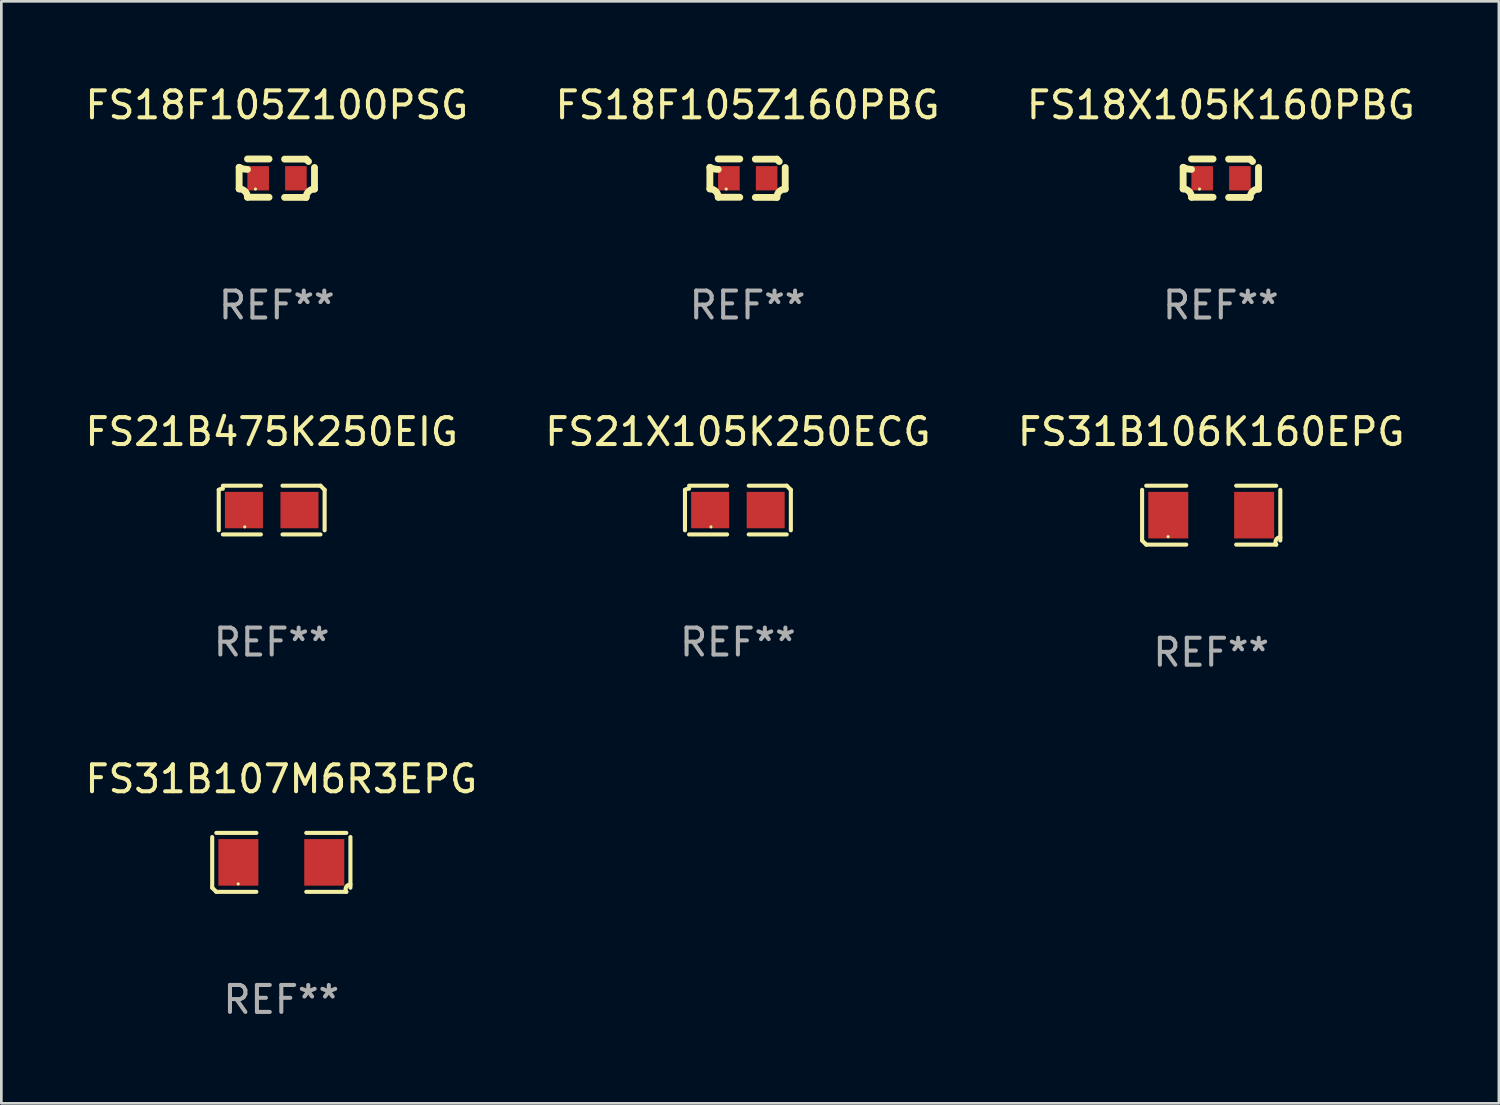
<source format=kicad_pcb>
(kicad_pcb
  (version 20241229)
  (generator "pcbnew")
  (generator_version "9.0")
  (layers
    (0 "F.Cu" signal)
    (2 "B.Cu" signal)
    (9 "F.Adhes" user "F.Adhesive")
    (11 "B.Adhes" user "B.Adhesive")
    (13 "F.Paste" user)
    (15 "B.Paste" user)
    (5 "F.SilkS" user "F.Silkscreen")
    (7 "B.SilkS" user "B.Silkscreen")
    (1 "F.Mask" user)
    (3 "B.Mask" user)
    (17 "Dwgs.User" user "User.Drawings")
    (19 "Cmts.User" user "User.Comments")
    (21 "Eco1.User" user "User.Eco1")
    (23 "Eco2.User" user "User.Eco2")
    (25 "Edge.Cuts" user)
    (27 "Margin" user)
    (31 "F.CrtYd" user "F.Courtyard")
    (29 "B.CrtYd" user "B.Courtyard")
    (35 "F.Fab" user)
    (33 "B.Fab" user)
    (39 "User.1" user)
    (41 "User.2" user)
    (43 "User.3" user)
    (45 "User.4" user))
  (footprint "FS31B107M6R3EPG"
    (layer "F.Cu")
    (at 7.387 28.945)
    (property "Reference" "FS31B107M6R3EPG" (at 0 -3.093 0) (layer "F.SilkS") (effects (font (size 1 1) (thickness 0.15))))
    (attr through_hole)
    (fp_line (start -2.564 0.94) (end -2.564 -0.94) (stroke (width 0.152) (type solid)) (layer "F.SilkS"))
    (fp_line (start -2.411 -1.093) (end -0.926 -1.093) (stroke (width 0.152) (type solid)) (layer "F.SilkS"))
    (fp_line (start -0.926 1.093) (end -2.411 1.093) (stroke (width 0.152) (type solid)) (layer "F.SilkS"))
    (fp_line (start 0.926 1.093) (end 2.411 1.093) (stroke (width 0.152) (type solid)) (layer "F.SilkS"))
    (fp_line (start 2.411 -1.093) (end 0.926 -1.093) (stroke (width 0.152) (type solid)) (layer "F.SilkS"))
    (fp_line (start 2.564 0.94) (end 2.564 -0.94) (stroke (width 0.152) (type solid)) (layer "F.SilkS"))
    (fp_arc (start -2.411201 1.092609) (mid -2.487413 1.01642) (end -2.563602 0.940208) (stroke (width 0.1524) (type solid)) (layer "F.SilkS"))
    (fp_arc (start 2.411201 1.092609) (mid 2.407159 0.911226) (end 2.563602 0.819347) (stroke (width 0.1524) (type solid)) (layer "F.SilkS"))
    (fp_circle (center -1.6 0.8) (end -1.57 0.8) (stroke (width 0.06) (type solid)) (fill no) (layer "F.SilkS"))
    (fp_text user "REF**" (at 0 5.093 0) (layer "F.Fab") (effects (font (size 1 1) (thickness 0.15))))
    (pad "1" smd rect (at -1.593 0) (size 1.485 1.728) (layers "F.Cu" "F.Mask" "F.Paste"))
    (pad "2" smd rect (at 1.593 0) (size 1.485 1.728) (layers "F.Cu" "F.Mask" "F.Paste")))
  (footprint "FS18F105Z100PSG"
    (layer "F.Cu")
    (at 7.22 3.561)
    (property "Reference" "FS18F105Z100PSG" (at 0 -2.713 0) (layer "F.SilkS") (effects (font (size 1 1) (thickness 0.15))))
    (attr through_hole)
    (fp_line (start -1.398 -0.403) (end -1.398 0.397) (stroke (width 0.254) (type solid)) (layer "F.SilkS"))
    (fp_line (start -0.288 -0.713) (end -1.088 -0.713) (stroke (width 0.254) (type solid)) (layer "F.SilkS"))
    (fp_line (start -0.288 0.707) (end -1.088 0.707) (stroke (width 0.254) (type solid)) (layer "F.SilkS"))
    (fp_line (start 0.288 -0.707) (end 1.088 -0.707) (stroke (width 0.254) (type solid)) (layer "F.SilkS"))
    (fp_line (start 0.288 0.713) (end 1.088 0.713) (stroke (width 0.254) (type solid)) (layer "F.SilkS"))
    (fp_line (start 1.398 -0.397) (end 1.398 0.403) (stroke (width 0.254) (type solid)) (layer "F.SilkS"))
    (fp_arc (start -1.397789 0.397066) (mid -1.178701 0.487826) (end -1.08796 0.706922) (stroke (width 0.254001) (type solid)) (layer "F.SilkS"))
    (fp_arc (start -1.08796 -0.327176) (mid -1.247436 -0.346384) (end -1.39779 -0.402908) (stroke (width 0.254001) (type solid)) (layer "F.SilkS"))
    (fp_arc (start 1.087909 0.712738) (mid 1.178656 0.493655) (end 1.397739 0.402908) (stroke (width 0.254001) (type solid)) (layer "F.SilkS"))
    (fp_arc (start 1.175925 -0.618926) (mid 1.131917 -0.662923) (end 1.08791 -0.706922) (stroke (width 0.254001) (type solid)) (layer "F.SilkS"))
    (fp_circle (center -0.792 0.403) (end -0.762 0.403) (stroke (width 0.06) (type solid)) (fill no) (layer "F.SilkS"))
    (fp_text user "REF**" (at 0 4.713 0) (layer "F.Fab") (effects (font (size 1 1) (thickness 0.15))))
    (pad "1" smd rect (at -0.692 0.003) (size 0.8 0.9) (layers "F.Cu" "F.Mask" "F.Paste"))
    (pad "2" smd rect (at 0.708 0.003) (size 0.8 0.9) (layers "F.Cu" "F.Mask" "F.Paste")))
  (footprint "FS18X105K160PBG"
    (layer "F.Cu")
    (at 42.244 3.561)
    (property "Reference" "FS18X105K160PBG" (at 0 -2.713 0) (layer "F.SilkS") (effects (font (size 1 1) (thickness 0.15))))
    (attr through_hole)
    (fp_line (start -1.398 -0.403) (end -1.398 0.397) (stroke (width 0.254) (type solid)) (layer "F.SilkS"))
    (fp_line (start -0.288 -0.713) (end -1.088 -0.713) (stroke (width 0.254) (type solid)) (layer "F.SilkS"))
    (fp_line (start -0.288 0.707) (end -1.088 0.707) (stroke (width 0.254) (type solid)) (layer "F.SilkS"))
    (fp_line (start 0.288 -0.707) (end 1.088 -0.707) (stroke (width 0.254) (type solid)) (layer "F.SilkS"))
    (fp_line (start 0.288 0.713) (end 1.088 0.713) (stroke (width 0.254) (type solid)) (layer "F.SilkS"))
    (fp_line (start 1.398 -0.397) (end 1.398 0.403) (stroke (width 0.254) (type solid)) (layer "F.SilkS"))
    (fp_arc (start -1.397789 0.397066) (mid -1.178701 0.487826) (end -1.08796 0.706922) (stroke (width 0.254001) (type solid)) (layer "F.SilkS"))
    (fp_arc (start -1.08796 -0.327176) (mid -1.247436 -0.346384) (end -1.39779 -0.402908) (stroke (width 0.254001) (type solid)) (layer "F.SilkS"))
    (fp_arc (start 1.087909 0.712738) (mid 1.178656 0.493655) (end 1.397739 0.402908) (stroke (width 0.254001) (type solid)) (layer "F.SilkS"))
    (fp_arc (start 1.175925 -0.618926) (mid 1.131917 -0.662923) (end 1.08791 -0.706922) (stroke (width 0.254001) (type solid)) (layer "F.SilkS"))
    (fp_circle (center -0.792 0.403) (end -0.762 0.403) (stroke (width 0.06) (type solid)) (fill no) (layer "F.SilkS"))
    (fp_text user "REF**" (at 0 4.713 0) (layer "F.Fab") (effects (font (size 1 1) (thickness 0.15))))
    (pad "1" smd rect (at -0.692 0.003) (size 0.8 0.9) (layers "F.Cu" "F.Mask" "F.Paste"))
    (pad "2" smd rect (at 0.708 0.003) (size 0.8 0.9) (layers "F.Cu" "F.Mask" "F.Paste")))
  (footprint "FS21X105K250ECG"
    (layer "F.Cu")
    (at 24.327 15.874)
    (property "Reference" "FS21X105K250ECG" (at 0 -2.904 0) (layer "F.SilkS") (effects (font (size 1 1) (thickness 0.15))))
    (attr through_hole)
    (fp_line (start -1.964 0.751) (end -1.964 -0.751) (stroke (width 0.152) (type solid)) (layer "F.SilkS"))
    (fp_line (start -1.811 -0.904) (end -0.401 -0.904) (stroke (width 0.152) (type solid)) (layer "F.SilkS"))
    (fp_line (start -0.401 0.904) (end -1.811 0.904) (stroke (width 0.152) (type solid)) (layer "F.SilkS"))
    (fp_line (start 0.401 0.904) (end 1.811 0.904) (stroke (width 0.152) (type solid)) (layer "F.SilkS"))
    (fp_line (start 1.811 -0.904) (end 0.401 -0.904) (stroke (width 0.152) (type solid)) (layer "F.SilkS"))
    (fp_line (start 1.964 0.751) (end 1.964 -0.751) (stroke (width 0.152) (type solid)) (layer "F.SilkS"))
    (fp_arc (start -1.963602 -0.751207) (mid -1.890354 -0.783131) (end -1.811201 -0.794044) (stroke (width 0.1524) (type solid)) (layer "F.SilkS"))
    (fp_arc (start 1.811202 -0.903607) (mid 1.887413 -0.827418) (end 1.963602 -0.751207) (stroke (width 0.1524) (type solid)) (layer "F.SilkS"))
    (fp_circle (center -1 0.625) (end -0.97 0.625) (stroke (width 0.06) (type solid)) (fill no) (layer "F.SilkS"))
    (fp_text user "REF**" (at 0 4.904 0) (layer "F.Fab") (effects (font (size 1 1) (thickness 0.15))))
    (pad "1" smd rect (at -1.03 0) (size 1.41 1.35) (layers "F.Cu" "F.Mask" "F.Paste"))
    (pad "2" smd rect (at 1.03 0) (size 1.41 1.35) (layers "F.Cu" "F.Mask" "F.Paste")))
  (footprint "FS21B475K250EIG"
    (layer "F.Cu")
    (at 7.03 15.874)
    (property "Reference" "FS21B475K250EIG" (at 0 -2.904 0) (layer "F.SilkS") (effects (font (size 1 1) (thickness 0.15))))
    (attr through_hole)
    (fp_line (start -1.964 0.751) (end -1.964 -0.751) (stroke (width 0.152) (type solid)) (layer "F.SilkS"))
    (fp_line (start -1.811 -0.904) (end -0.401 -0.904) (stroke (width 0.152) (type solid)) (layer "F.SilkS"))
    (fp_line (start -0.401 0.904) (end -1.811 0.904) (stroke (width 0.152) (type solid)) (layer "F.SilkS"))
    (fp_line (start 0.401 0.904) (end 1.811 0.904) (stroke (width 0.152) (type solid)) (layer "F.SilkS"))
    (fp_line (start 1.811 -0.904) (end 0.401 -0.904) (stroke (width 0.152) (type solid)) (layer "F.SilkS"))
    (fp_line (start 1.964 0.751) (end 1.964 -0.751) (stroke (width 0.152) (type solid)) (layer "F.SilkS"))
    (fp_arc (start -1.963602 -0.751207) (mid -1.890354 -0.783131) (end -1.811201 -0.794044) (stroke (width 0.1524) (type solid)) (layer "F.SilkS"))
    (fp_arc (start 1.811202 -0.903607) (mid 1.887413 -0.827418) (end 1.963602 -0.751207) (stroke (width 0.1524) (type solid)) (layer "F.SilkS"))
    (fp_circle (center -1 0.625) (end -0.97 0.625) (stroke (width 0.06) (type solid)) (fill no) (layer "F.SilkS"))
    (fp_text user "REF**" (at 0 4.904 0) (layer "F.Fab") (effects (font (size 1 1) (thickness 0.15))))
    (pad "1" smd rect (at -1.03 0) (size 1.41 1.35) (layers "F.Cu" "F.Mask" "F.Paste"))
    (pad "2" smd rect (at 1.03 0) (size 1.41 1.35) (layers "F.Cu" "F.Mask" "F.Paste")))
  (footprint "FS31B106K160EPG"
    (layer "F.Cu")
    (at 41.887 16.063)
    (property "Reference" "FS31B106K160EPG" (at 0 -3.093 0) (layer "F.SilkS") (effects (font (size 1 1) (thickness 0.15))))
    (attr through_hole)
    (fp_line (start -2.564 0.94) (end -2.564 -0.94) (stroke (width 0.152) (type solid)) (layer "F.SilkS"))
    (fp_line (start -2.411 -1.093) (end -0.926 -1.093) (stroke (width 0.152) (type solid)) (layer "F.SilkS"))
    (fp_line (start -0.926 1.093) (end -2.411 1.093) (stroke (width 0.152) (type solid)) (layer "F.SilkS"))
    (fp_line (start 0.926 1.093) (end 2.411 1.093) (stroke (width 0.152) (type solid)) (layer "F.SilkS"))
    (fp_line (start 2.411 -1.093) (end 0.926 -1.093) (stroke (width 0.152) (type solid)) (layer "F.SilkS"))
    (fp_line (start 2.564 0.94) (end 2.564 -0.94) (stroke (width 0.152) (type solid)) (layer "F.SilkS"))
    (fp_arc (start -2.411201 1.092609) (mid -2.487413 1.01642) (end -2.563602 0.940208) (stroke (width 0.1524) (type solid)) (layer "F.SilkS"))
    (fp_arc (start 2.411201 1.092609) (mid 2.407159 0.911226) (end 2.563602 0.819347) (stroke (width 0.1524) (type solid)) (layer "F.SilkS"))
    (fp_circle (center -1.6 0.8) (end -1.57 0.8) (stroke (width 0.06) (type solid)) (fill no) (layer "F.SilkS"))
    (fp_text user "REF**" (at 0 5.093 0) (layer "F.Fab") (effects (font (size 1 1) (thickness 0.15))))
    (pad "1" smd rect (at -1.593 0) (size 1.485 1.728) (layers "F.Cu" "F.Mask" "F.Paste"))
    (pad "2" smd rect (at 1.593 0) (size 1.485 1.728) (layers "F.Cu" "F.Mask" "F.Paste")))
  (footprint "FS18F105Z160PBG"
    (layer "F.Cu")
    (at 24.685 3.561)
    (property "Reference" "FS18F105Z160PBG" (at 0 -2.713 0) (layer "F.SilkS") (effects (font (size 1 1) (thickness 0.15))))
    (attr through_hole)
    (fp_line (start -1.398 -0.403) (end -1.398 0.397) (stroke (width 0.254) (type solid)) (layer "F.SilkS"))
    (fp_line (start -0.288 -0.713) (end -1.088 -0.713) (stroke (width 0.254) (type solid)) (layer "F.SilkS"))
    (fp_line (start -0.288 0.707) (end -1.088 0.707) (stroke (width 0.254) (type solid)) (layer "F.SilkS"))
    (fp_line (start 0.288 -0.707) (end 1.088 -0.707) (stroke (width 0.254) (type solid)) (layer "F.SilkS"))
    (fp_line (start 0.288 0.713) (end 1.088 0.713) (stroke (width 0.254) (type solid)) (layer "F.SilkS"))
    (fp_line (start 1.398 -0.397) (end 1.398 0.403) (stroke (width 0.254) (type solid)) (layer "F.SilkS"))
    (fp_arc (start -1.397789 0.397066) (mid -1.178701 0.487826) (end -1.08796 0.706922) (stroke (width 0.254001) (type solid)) (layer "F.SilkS"))
    (fp_arc (start -1.08796 -0.327176) (mid -1.247436 -0.346384) (end -1.39779 -0.402908) (stroke (width 0.254001) (type solid)) (layer "F.SilkS"))
    (fp_arc (start 1.087909 0.712738) (mid 1.178656 0.493655) (end 1.397739 0.402908) (stroke (width 0.254001) (type solid)) (layer "F.SilkS"))
    (fp_arc (start 1.175925 -0.618926) (mid 1.131917 -0.662923) (end 1.08791 -0.706922) (stroke (width 0.254001) (type solid)) (layer "F.SilkS"))
    (fp_circle (center -0.792 0.403) (end -0.762 0.403) (stroke (width 0.06) (type solid)) (fill no) (layer "F.SilkS"))
    (fp_text user "REF**" (at 0 4.713 0) (layer "F.Fab") (effects (font (size 1 1) (thickness 0.15))))
    (pad "1" smd rect (at -0.692 0.003) (size 0.8 0.9) (layers "F.Cu" "F.Mask" "F.Paste"))
    (pad "2" smd rect (at 0.708 0.003) (size 0.8 0.9) (layers "F.Cu" "F.Mask" "F.Paste")))
  (gr_rect
    (start -3 -3)
    (end 52.56 37.885)
    (stroke (width 0.1) (type default))
    (fill no)
    (layer "Edge.Cuts")))
</source>
